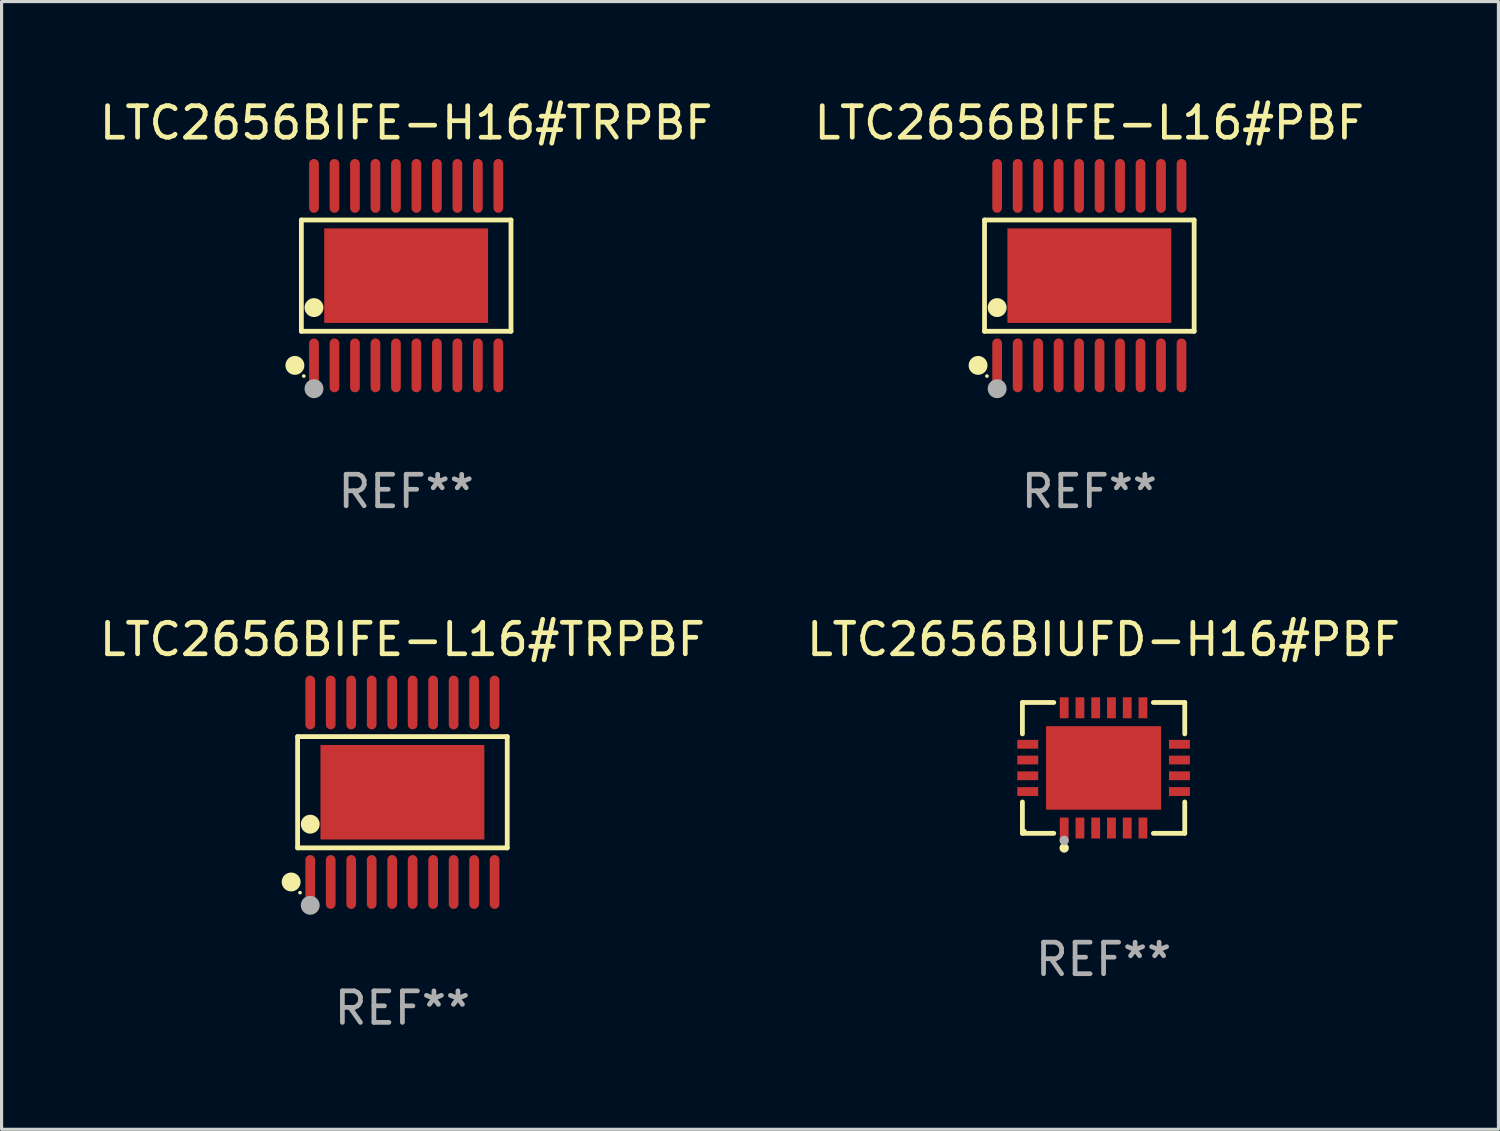
<source format=kicad_pcb>
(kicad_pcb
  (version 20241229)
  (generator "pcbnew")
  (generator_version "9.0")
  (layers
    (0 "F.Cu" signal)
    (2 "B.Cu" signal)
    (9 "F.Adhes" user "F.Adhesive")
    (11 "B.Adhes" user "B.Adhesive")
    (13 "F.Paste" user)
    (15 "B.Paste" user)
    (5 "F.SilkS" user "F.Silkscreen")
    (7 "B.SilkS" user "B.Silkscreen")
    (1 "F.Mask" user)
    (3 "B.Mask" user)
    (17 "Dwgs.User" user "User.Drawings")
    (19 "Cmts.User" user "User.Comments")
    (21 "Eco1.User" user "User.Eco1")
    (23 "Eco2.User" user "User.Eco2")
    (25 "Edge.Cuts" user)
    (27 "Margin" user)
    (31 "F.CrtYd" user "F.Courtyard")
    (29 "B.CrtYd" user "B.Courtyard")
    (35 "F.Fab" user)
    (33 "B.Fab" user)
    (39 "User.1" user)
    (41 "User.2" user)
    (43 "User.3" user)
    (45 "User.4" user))
  (footprint "LTC2656BIUFD-H16#PBF"
    (layer "F.Cu")
    (at 31.97 21.318)
    (property "Reference" "LTC2656BIUFD-H16#PBF" (at 0 -4.076 0) (layer "F.SilkS") (effects (font (size 1 1) (thickness 0.15))))
    (attr through_hole)
    (fp_line (start -2.576 -2.076) (end -1.58 -2.076) (stroke (width 0.152) (type solid)) (layer "F.SilkS"))
    (fp_line (start -2.576 -1.08) (end -2.576 -2.076) (stroke (width 0.152) (type solid)) (layer "F.SilkS"))
    (fp_line (start -2.576 1.08) (end -2.576 2.076) (stroke (width 0.152) (type solid)) (layer "F.SilkS"))
    (fp_line (start -2.576 2.076) (end -1.58 2.076) (stroke (width 0.152) (type solid)) (layer "F.SilkS"))
    (fp_line (start 2.576 -2.076) (end 1.58 -2.076) (stroke (width 0.152) (type solid)) (layer "F.SilkS"))
    (fp_line (start 2.576 -1.08) (end 2.576 -2.076) (stroke (width 0.152) (type solid)) (layer "F.SilkS"))
    (fp_line (start 2.576 1.08) (end 2.576 2.076) (stroke (width 0.152) (type solid)) (layer "F.SilkS"))
    (fp_line (start 2.576 2.076) (end 1.58 2.076) (stroke (width 0.152) (type solid)) (layer "F.SilkS"))
    (fp_circle (center -2.5 2) (end -2.47 2) (stroke (width 0.06) (type solid)) (fill no) (layer "F.SilkS"))
    (fp_circle (center -1.25 2.54) (end -1.175 2.54) (stroke (width 0.15) (type solid)) (fill no) (layer "F.SilkS"))
    (fp_circle (center -1.25 2.3) (end -1.175 2.3) (stroke (width 0.15) (type solid)) (fill no) (layer "F.Fab"))
    (fp_text user "REF**" (at 0 6.076 0) (layer "F.Fab") (effects (font (size 1 1) (thickness 0.15))))
    (pad "1" smd rect (at -1.25 1.908) (size 0.28 0.665) (layers "F.Cu" "F.Mask" "F.Paste"))
    (pad "2" smd rect (at -0.75 1.908) (size 0.28 0.665) (layers "F.Cu" "F.Mask" "F.Paste"))
    (pad "3" smd rect (at -0.25 1.908) (size 0.28 0.665) (layers "F.Cu" "F.Mask" "F.Paste"))
    (pad "4" smd rect (at 0.25 1.908) (size 0.28 0.665) (layers "F.Cu" "F.Mask" "F.Paste"))
    (pad "5" smd rect (at 0.75 1.908) (size 0.28 0.665) (layers "F.Cu" "F.Mask" "F.Paste"))
    (pad "6" smd rect (at 1.25 1.908) (size 0.28 0.665) (layers "F.Cu" "F.Mask" "F.Paste"))
    (pad "7" smd rect (at 2.407 0.75) (size 0.665 0.28) (layers "F.Cu" "F.Mask" "F.Paste"))
    (pad "8" smd rect (at 2.407 0.25) (size 0.665 0.28) (layers "F.Cu" "F.Mask" "F.Paste"))
    (pad "9" smd rect (at 2.407 -0.25) (size 0.665 0.28) (layers "F.Cu" "F.Mask" "F.Paste"))
    (pad "10" smd rect (at 2.407 -0.75) (size 0.665 0.28) (layers "F.Cu" "F.Mask" "F.Paste"))
    (pad "11" smd rect (at 1.25 -1.908) (size 0.28 0.665) (layers "F.Cu" "F.Mask" "F.Paste"))
    (pad "12" smd rect (at 0.75 -1.908) (size 0.28 0.665) (layers "F.Cu" "F.Mask" "F.Paste"))
    (pad "13" smd rect (at 0.25 -1.908) (size 0.28 0.665) (layers "F.Cu" "F.Mask" "F.Paste"))
    (pad "14" smd rect (at -0.25 -1.908) (size 0.28 0.665) (layers "F.Cu" "F.Mask" "F.Paste"))
    (pad "15" smd rect (at -0.75 -1.908) (size 0.28 0.665) (layers "F.Cu" "F.Mask" "F.Paste"))
    (pad "16" smd rect (at -1.25 -1.908) (size 0.28 0.665) (layers "F.Cu" "F.Mask" "F.Paste"))
    (pad "17" smd rect (at -2.407 -0.75) (size 0.665 0.28) (layers "F.Cu" "F.Mask" "F.Paste"))
    (pad "18" smd rect (at -2.407 -0.25) (size 0.665 0.28) (layers "F.Cu" "F.Mask" "F.Paste"))
    (pad "19" smd rect (at -2.407 0.25) (size 0.665 0.28) (layers "F.Cu" "F.Mask" "F.Paste"))
    (pad "20" smd rect (at -2.407 0.75) (size 0.665 0.28) (layers "F.Cu" "F.Mask" "F.Paste"))
    (pad "21" smd rect (at 0 0) (size 3.65 2.65) (layers "F.Cu" "F.Mask" "F.Paste")))
  (footprint "LTC2656BIFE-L16#PBF"
    (layer "F.Cu")
    (at 31.518 5.697)
    (property "Reference" "LTC2656BIFE-L16#PBF" (at 0 -4.848 0) (layer "F.SilkS") (effects (font (size 1 1) (thickness 0.15))))
    (attr through_hole)
    (fp_line (start -3.326 -1.766) (end 3.326 -1.766) (stroke (width 0.152) (type solid)) (layer "F.SilkS"))
    (fp_line (start -3.326 1.766) (end -3.326 -1.766) (stroke (width 0.152) (type solid)) (layer "F.SilkS"))
    (fp_line (start 3.326 -1.766) (end 3.326 1.766) (stroke (width 0.152) (type solid)) (layer "F.SilkS"))
    (fp_line (start 3.326 1.766) (end -3.326 1.766) (stroke (width 0.152) (type solid)) (layer "F.SilkS"))
    (fp_circle (center -3.531 2.848) (end -3.381 2.848) (stroke (width 0.3) (type solid)) (fill no) (layer "F.SilkS"))
    (fp_circle (center -3.25 3.187) (end -3.22 3.187) (stroke (width 0.06) (type solid)) (fill no) (layer "F.SilkS"))
    (fp_circle (center -2.925 1.014) (end -2.775 1.014) (stroke (width 0.3) (type solid)) (fill no) (layer "F.SilkS"))
    (fp_circle (center -2.925 3.588) (end -2.775 3.588) (stroke (width 0.3) (type solid)) (fill no) (layer "F.Fab"))
    (fp_text user "REF**" (at 0 6.848 0) (layer "F.Fab") (effects (font (size 1 1) (thickness 0.15))))
    (pad "1" smd oval (at -2.925 2.848) (size 0.308 1.707) (layers "F.Cu" "F.Mask" "F.Paste"))
    (pad "2" smd oval (at -2.275 2.848) (size 0.308 1.707) (layers "F.Cu" "F.Mask" "F.Paste"))
    (pad "3" smd oval (at -1.625 2.848) (size 0.308 1.707) (layers "F.Cu" "F.Mask" "F.Paste"))
    (pad "4" smd oval (at -0.975 2.848) (size 0.308 1.707) (layers "F.Cu" "F.Mask" "F.Paste"))
    (pad "5" smd oval (at -0.325 2.848) (size 0.308 1.707) (layers "F.Cu" "F.Mask" "F.Paste"))
    (pad "6" smd oval (at 0.325 2.848) (size 0.308 1.707) (layers "F.Cu" "F.Mask" "F.Paste"))
    (pad "7" smd oval (at 0.975 2.848) (size 0.308 1.707) (layers "F.Cu" "F.Mask" "F.Paste"))
    (pad "8" smd oval (at 1.625 2.848) (size 0.308 1.707) (layers "F.Cu" "F.Mask" "F.Paste"))
    (pad "9" smd oval (at 2.275 2.848) (size 0.308 1.707) (layers "F.Cu" "F.Mask" "F.Paste"))
    (pad "10" smd oval (at 2.925 2.848) (size 0.308 1.707) (layers "F.Cu" "F.Mask" "F.Paste"))
    (pad "11" smd oval (at 2.925 -2.848) (size 0.308 1.707) (layers "F.Cu" "F.Mask" "F.Paste"))
    (pad "12" smd oval (at 2.275 -2.848) (size 0.308 1.707) (layers "F.Cu" "F.Mask" "F.Paste"))
    (pad "13" smd oval (at 1.625 -2.848) (size 0.308 1.707) (layers "F.Cu" "F.Mask" "F.Paste"))
    (pad "14" smd oval (at 0.975 -2.848) (size 0.308 1.707) (layers "F.Cu" "F.Mask" "F.Paste"))
    (pad "15" smd oval (at 0.325 -2.848) (size 0.308 1.707) (layers "F.Cu" "F.Mask" "F.Paste"))
    (pad "16" smd oval (at -0.325 -2.848) (size 0.308 1.707) (layers "F.Cu" "F.Mask" "F.Paste"))
    (pad "17" smd oval (at -0.975 -2.848) (size 0.308 1.707) (layers "F.Cu" "F.Mask" "F.Paste"))
    (pad "18" smd oval (at -1.625 -2.848) (size 0.308 1.707) (layers "F.Cu" "F.Mask" "F.Paste"))
    (pad "19" smd oval (at -2.275 -2.848) (size 0.308 1.707) (layers "F.Cu" "F.Mask" "F.Paste"))
    (pad "20" smd oval (at -2.925 -2.848) (size 0.308 1.707) (layers "F.Cu" "F.Mask" "F.Paste"))
    (pad "21" smd rect (at 0 0) (size 5.2 3) (layers "F.Cu" "F.Mask" "F.Paste")))
  (footprint "LTC2656BIFE-L16#TRPBF"
    (layer "F.Cu")
    (at 9.72 22.09)
    (property "Reference" "LTC2656BIFE-L16#TRPBF" (at 0 -4.848 0) (layer "F.SilkS") (effects (font (size 1 1) (thickness 0.15))))
    (attr through_hole)
    (fp_line (start -3.326 -1.766) (end 3.326 -1.766) (stroke (width 0.152) (type solid)) (layer "F.SilkS"))
    (fp_line (start -3.326 1.766) (end -3.326 -1.766) (stroke (width 0.152) (type solid)) (layer "F.SilkS"))
    (fp_line (start 3.326 -1.766) (end 3.326 1.766) (stroke (width 0.152) (type solid)) (layer "F.SilkS"))
    (fp_line (start 3.326 1.766) (end -3.326 1.766) (stroke (width 0.152) (type solid)) (layer "F.SilkS"))
    (fp_circle (center -3.531 2.848) (end -3.381 2.848) (stroke (width 0.3) (type solid)) (fill no) (layer "F.SilkS"))
    (fp_circle (center -3.25 3.187) (end -3.22 3.187) (stroke (width 0.06) (type solid)) (fill no) (layer "F.SilkS"))
    (fp_circle (center -2.925 1.014) (end -2.775 1.014) (stroke (width 0.3) (type solid)) (fill no) (layer "F.SilkS"))
    (fp_circle (center -2.925 3.588) (end -2.775 3.588) (stroke (width 0.3) (type solid)) (fill no) (layer "F.Fab"))
    (fp_text user "REF**" (at 0 6.848 0) (layer "F.Fab") (effects (font (size 1 1) (thickness 0.15))))
    (pad "1" smd oval (at -2.925 2.848) (size 0.308 1.707) (layers "F.Cu" "F.Mask" "F.Paste"))
    (pad "2" smd oval (at -2.275 2.848) (size 0.308 1.707) (layers "F.Cu" "F.Mask" "F.Paste"))
    (pad "3" smd oval (at -1.625 2.848) (size 0.308 1.707) (layers "F.Cu" "F.Mask" "F.Paste"))
    (pad "4" smd oval (at -0.975 2.848) (size 0.308 1.707) (layers "F.Cu" "F.Mask" "F.Paste"))
    (pad "5" smd oval (at -0.325 2.848) (size 0.308 1.707) (layers "F.Cu" "F.Mask" "F.Paste"))
    (pad "6" smd oval (at 0.325 2.848) (size 0.308 1.707) (layers "F.Cu" "F.Mask" "F.Paste"))
    (pad "7" smd oval (at 0.975 2.848) (size 0.308 1.707) (layers "F.Cu" "F.Mask" "F.Paste"))
    (pad "8" smd oval (at 1.625 2.848) (size 0.308 1.707) (layers "F.Cu" "F.Mask" "F.Paste"))
    (pad "9" smd oval (at 2.275 2.848) (size 0.308 1.707) (layers "F.Cu" "F.Mask" "F.Paste"))
    (pad "10" smd oval (at 2.925 2.848) (size 0.308 1.707) (layers "F.Cu" "F.Mask" "F.Paste"))
    (pad "11" smd oval (at 2.925 -2.848) (size 0.308 1.707) (layers "F.Cu" "F.Mask" "F.Paste"))
    (pad "12" smd oval (at 2.275 -2.848) (size 0.308 1.707) (layers "F.Cu" "F.Mask" "F.Paste"))
    (pad "13" smd oval (at 1.625 -2.848) (size 0.308 1.707) (layers "F.Cu" "F.Mask" "F.Paste"))
    (pad "14" smd oval (at 0.975 -2.848) (size 0.308 1.707) (layers "F.Cu" "F.Mask" "F.Paste"))
    (pad "15" smd oval (at 0.325 -2.848) (size 0.308 1.707) (layers "F.Cu" "F.Mask" "F.Paste"))
    (pad "16" smd oval (at -0.325 -2.848) (size 0.308 1.707) (layers "F.Cu" "F.Mask" "F.Paste"))
    (pad "17" smd oval (at -0.975 -2.848) (size 0.308 1.707) (layers "F.Cu" "F.Mask" "F.Paste"))
    (pad "18" smd oval (at -1.625 -2.848) (size 0.308 1.707) (layers "F.Cu" "F.Mask" "F.Paste"))
    (pad "19" smd oval (at -2.275 -2.848) (size 0.308 1.707) (layers "F.Cu" "F.Mask" "F.Paste"))
    (pad "20" smd oval (at -2.925 -2.848) (size 0.308 1.707) (layers "F.Cu" "F.Mask" "F.Paste"))
    (pad "21" smd rect (at 0 0) (size 5.2 3) (layers "F.Cu" "F.Mask" "F.Paste")))
  (footprint "LTC2656BIFE-H16#TRPBF"
    (layer "F.Cu")
    (at 9.839 5.697)
    (property "Reference" "LTC2656BIFE-H16#TRPBF" (at 0 -4.848 0) (layer "F.SilkS") (effects (font (size 1 1) (thickness 0.15))))
    (attr through_hole)
    (fp_line (start -3.326 -1.766) (end 3.326 -1.766) (stroke (width 0.152) (type solid)) (layer "F.SilkS"))
    (fp_line (start -3.326 1.766) (end -3.326 -1.766) (stroke (width 0.152) (type solid)) (layer "F.SilkS"))
    (fp_line (start 3.326 -1.766) (end 3.326 1.766) (stroke (width 0.152) (type solid)) (layer "F.SilkS"))
    (fp_line (start 3.326 1.766) (end -3.326 1.766) (stroke (width 0.152) (type solid)) (layer "F.SilkS"))
    (fp_circle (center -3.531 2.848) (end -3.381 2.848) (stroke (width 0.3) (type solid)) (fill no) (layer "F.SilkS"))
    (fp_circle (center -3.25 3.187) (end -3.22 3.187) (stroke (width 0.06) (type solid)) (fill no) (layer "F.SilkS"))
    (fp_circle (center -2.925 1.014) (end -2.775 1.014) (stroke (width 0.3) (type solid)) (fill no) (layer "F.SilkS"))
    (fp_circle (center -2.925 3.588) (end -2.775 3.588) (stroke (width 0.3) (type solid)) (fill no) (layer "F.Fab"))
    (fp_text user "REF**" (at 0 6.848 0) (layer "F.Fab") (effects (font (size 1 1) (thickness 0.15))))
    (pad "1" smd oval (at -2.925 2.848) (size 0.308 1.707) (layers "F.Cu" "F.Mask" "F.Paste"))
    (pad "2" smd oval (at -2.275 2.848) (size 0.308 1.707) (layers "F.Cu" "F.Mask" "F.Paste"))
    (pad "3" smd oval (at -1.625 2.848) (size 0.308 1.707) (layers "F.Cu" "F.Mask" "F.Paste"))
    (pad "4" smd oval (at -0.975 2.848) (size 0.308 1.707) (layers "F.Cu" "F.Mask" "F.Paste"))
    (pad "5" smd oval (at -0.325 2.848) (size 0.308 1.707) (layers "F.Cu" "F.Mask" "F.Paste"))
    (pad "6" smd oval (at 0.325 2.848) (size 0.308 1.707) (layers "F.Cu" "F.Mask" "F.Paste"))
    (pad "7" smd oval (at 0.975 2.848) (size 0.308 1.707) (layers "F.Cu" "F.Mask" "F.Paste"))
    (pad "8" smd oval (at 1.625 2.848) (size 0.308 1.707) (layers "F.Cu" "F.Mask" "F.Paste"))
    (pad "9" smd oval (at 2.275 2.848) (size 0.308 1.707) (layers "F.Cu" "F.Mask" "F.Paste"))
    (pad "10" smd oval (at 2.925 2.848) (size 0.308 1.707) (layers "F.Cu" "F.Mask" "F.Paste"))
    (pad "11" smd oval (at 2.925 -2.848) (size 0.308 1.707) (layers "F.Cu" "F.Mask" "F.Paste"))
    (pad "12" smd oval (at 2.275 -2.848) (size 0.308 1.707) (layers "F.Cu" "F.Mask" "F.Paste"))
    (pad "13" smd oval (at 1.625 -2.848) (size 0.308 1.707) (layers "F.Cu" "F.Mask" "F.Paste"))
    (pad "14" smd oval (at 0.975 -2.848) (size 0.308 1.707) (layers "F.Cu" "F.Mask" "F.Paste"))
    (pad "15" smd oval (at 0.325 -2.848) (size 0.308 1.707) (layers "F.Cu" "F.Mask" "F.Paste"))
    (pad "16" smd oval (at -0.325 -2.848) (size 0.308 1.707) (layers "F.Cu" "F.Mask" "F.Paste"))
    (pad "17" smd oval (at -0.975 -2.848) (size 0.308 1.707) (layers "F.Cu" "F.Mask" "F.Paste"))
    (pad "18" smd oval (at -1.625 -2.848) (size 0.308 1.707) (layers "F.Cu" "F.Mask" "F.Paste"))
    (pad "19" smd oval (at -2.275 -2.848) (size 0.308 1.707) (layers "F.Cu" "F.Mask" "F.Paste"))
    (pad "20" smd oval (at -2.925 -2.848) (size 0.308 1.707) (layers "F.Cu" "F.Mask" "F.Paste"))
    (pad "21" smd rect (at 0 0) (size 5.2 3) (layers "F.Cu" "F.Mask" "F.Paste")))
  (gr_rect
    (start -3 -3)
    (end 44.5 32.786)
    (stroke (width 0.1) (type default))
    (fill no)
    (layer "Edge.Cuts")))
</source>
